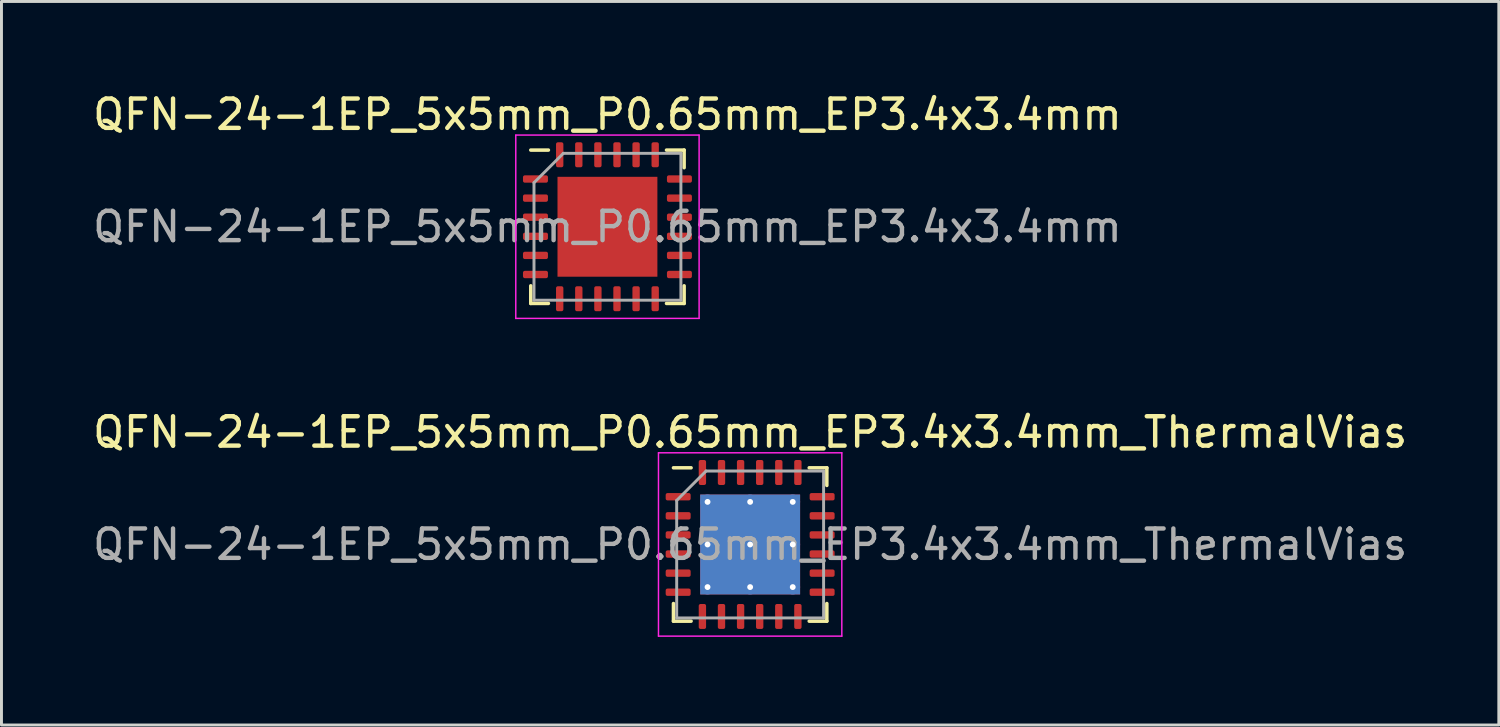
<source format=kicad_pcb>
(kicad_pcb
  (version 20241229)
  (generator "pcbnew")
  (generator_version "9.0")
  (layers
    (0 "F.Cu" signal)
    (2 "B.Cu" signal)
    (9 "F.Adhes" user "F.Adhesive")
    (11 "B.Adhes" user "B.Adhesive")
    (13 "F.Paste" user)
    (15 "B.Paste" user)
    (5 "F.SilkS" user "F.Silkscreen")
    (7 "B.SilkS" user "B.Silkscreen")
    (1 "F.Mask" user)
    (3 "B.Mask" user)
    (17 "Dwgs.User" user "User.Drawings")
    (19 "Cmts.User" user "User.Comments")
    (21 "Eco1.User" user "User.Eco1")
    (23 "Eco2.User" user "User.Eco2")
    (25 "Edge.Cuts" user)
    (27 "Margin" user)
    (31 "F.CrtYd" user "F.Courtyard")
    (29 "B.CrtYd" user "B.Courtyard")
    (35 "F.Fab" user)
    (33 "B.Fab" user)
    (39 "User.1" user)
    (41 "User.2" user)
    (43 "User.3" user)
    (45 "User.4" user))
  (footprint "QFN-24-1EP_5x5mm_P0.65mm_EP3.4x3.4mm_ThermalVias"
    (layer "F.Cu")
    (at 22.482 15.482)
    (property "Reference" "QFN-24-1EP_5x5mm_P0.65mm_EP3.4x3.4mm_ThermalVias" (at 0 -3.82 0) (layer "F.SilkS") (effects (font (size 1 1) (thickness 0.15))))
    (attr smd)
    (fp_line (start -2.61 2.61) (end -2.61 2.01) (stroke (width 0.12) (type solid)) (layer "F.SilkS"))
    (fp_line (start -2.01 -2.61) (end -2.61 -2.61) (stroke (width 0.12) (type solid)) (layer "F.SilkS"))
    (fp_line (start -2.01 2.61) (end -2.61 2.61) (stroke (width 0.12) (type solid)) (layer "F.SilkS"))
    (fp_line (start 2.01 -2.61) (end 2.61 -2.61) (stroke (width 0.12) (type solid)) (layer "F.SilkS"))
    (fp_line (start 2.01 2.61) (end 2.61 2.61) (stroke (width 0.12) (type solid)) (layer "F.SilkS"))
    (fp_line (start 2.61 -2.61) (end 2.61 -2.01) (stroke (width 0.12) (type solid)) (layer "F.SilkS"))
    (fp_line (start 2.61 2.61) (end 2.61 2.01) (stroke (width 0.12) (type solid)) (layer "F.SilkS"))
    (fp_line (start -3.12 -3.12) (end -3.12 3.12) (stroke (width 0.05) (type solid)) (layer "F.CrtYd"))
    (fp_line (start -3.12 3.12) (end 3.12 3.12) (stroke (width 0.05) (type solid)) (layer "F.CrtYd"))
    (fp_line (start 3.12 -3.12) (end -3.12 -3.12) (stroke (width 0.05) (type solid)) (layer "F.CrtYd"))
    (fp_line (start 3.12 3.12) (end 3.12 -3.12) (stroke (width 0.05) (type solid)) (layer "F.CrtYd"))
    (fp_line (start -2.5 -1.5) (end -1.5 -2.5) (stroke (width 0.1) (type solid)) (layer "F.Fab"))
    (fp_line (start -2.5 2.5) (end -2.5 -1.5) (stroke (width 0.1) (type solid)) (layer "F.Fab"))
    (fp_line (start -1.5 -2.5) (end 2.5 -2.5) (stroke (width 0.1) (type solid)) (layer "F.Fab"))
    (fp_line (start 2.5 -2.5) (end 2.5 2.5) (stroke (width 0.1) (type solid)) (layer "F.Fab"))
    (fp_line (start 2.5 2.5) (end -2.5 2.5) (stroke (width 0.1) (type solid)) (layer "F.Fab"))
    (fp_text user "${REFERENCE}" (at 0 0 0) (layer "F.Fab") (effects (font (size 1 1) (thickness 0.15))))
    (pad "" smd roundrect (at -0.85 -0.85) (size 1.47 1.47) (layers "F.Paste") (roundrect_rratio 0.17))
    (pad "" smd roundrect (at -0.85 0.85) (size 1.47 1.47) (layers "F.Paste") (roundrect_rratio 0.17))
    (pad "" smd roundrect (at 0.85 -0.85) (size 1.47 1.47) (layers "F.Paste") (roundrect_rratio 0.17))
    (pad "" smd roundrect (at 0.85 0.85) (size 1.47 1.47) (layers "F.Paste") (roundrect_rratio 0.17))
    (pad "1" smd roundrect (at -2.45 -1.625) (size 0.85 0.25) (layers "F.Cu" "F.Mask" "F.Paste") (roundrect_rratio 0.25))
    (pad "2" smd roundrect (at -2.45 -0.975) (size 0.85 0.25) (layers "F.Cu" "F.Mask" "F.Paste") (roundrect_rratio 0.25))
    (pad "3" smd roundrect (at -2.45 -0.325) (size 0.85 0.25) (layers "F.Cu" "F.Mask" "F.Paste") (roundrect_rratio 0.25))
    (pad "4" smd roundrect (at -2.45 0.325) (size 0.85 0.25) (layers "F.Cu" "F.Mask" "F.Paste") (roundrect_rratio 0.25))
    (pad "5" smd roundrect (at -2.45 0.975) (size 0.85 0.25) (layers "F.Cu" "F.Mask" "F.Paste") (roundrect_rratio 0.25))
    (pad "6" smd roundrect (at -2.45 1.625) (size 0.85 0.25) (layers "F.Cu" "F.Mask" "F.Paste") (roundrect_rratio 0.25))
    (pad "7" smd roundrect (at -1.625 2.45) (size 0.25 0.85) (layers "F.Cu" "F.Mask" "F.Paste") (roundrect_rratio 0.25))
    (pad "8" smd roundrect (at -0.975 2.45) (size 0.25 0.85) (layers "F.Cu" "F.Mask" "F.Paste") (roundrect_rratio 0.25))
    (pad "9" smd roundrect (at -0.325 2.45) (size 0.25 0.85) (layers "F.Cu" "F.Mask" "F.Paste") (roundrect_rratio 0.25))
    (pad "10" smd roundrect (at 0.325 2.45) (size 0.25 0.85) (layers "F.Cu" "F.Mask" "F.Paste") (roundrect_rratio 0.25))
    (pad "11" smd roundrect (at 0.975 2.45) (size 0.25 0.85) (layers "F.Cu" "F.Mask" "F.Paste") (roundrect_rratio 0.25))
    (pad "12" smd roundrect (at 1.625 2.45) (size 0.25 0.85) (layers "F.Cu" "F.Mask" "F.Paste") (roundrect_rratio 0.25))
    (pad "13" smd roundrect (at 2.45 1.625) (size 0.85 0.25) (layers "F.Cu" "F.Mask" "F.Paste") (roundrect_rratio 0.25))
    (pad "14" smd roundrect (at 2.45 0.975) (size 0.85 0.25) (layers "F.Cu" "F.Mask" "F.Paste") (roundrect_rratio 0.25))
    (pad "15" smd roundrect (at 2.45 0.325) (size 0.85 0.25) (layers "F.Cu" "F.Mask" "F.Paste") (roundrect_rratio 0.25))
    (pad "16" smd roundrect (at 2.45 -0.325) (size 0.85 0.25) (layers "F.Cu" "F.Mask" "F.Paste") (roundrect_rratio 0.25))
    (pad "17" smd roundrect (at 2.45 -0.975) (size 0.85 0.25) (layers "F.Cu" "F.Mask" "F.Paste") (roundrect_rratio 0.25))
    (pad "18" smd roundrect (at 2.45 -1.625) (size 0.85 0.25) (layers "F.Cu" "F.Mask" "F.Paste") (roundrect_rratio 0.25))
    (pad "19" smd roundrect (at 1.625 -2.45) (size 0.25 0.85) (layers "F.Cu" "F.Mask" "F.Paste") (roundrect_rratio 0.25))
    (pad "20" smd roundrect (at 0.975 -2.45) (size 0.25 0.85) (layers "F.Cu" "F.Mask" "F.Paste") (roundrect_rratio 0.25))
    (pad "21" smd roundrect (at 0.325 -2.45) (size 0.25 0.85) (layers "F.Cu" "F.Mask" "F.Paste") (roundrect_rratio 0.25))
    (pad "22" smd roundrect (at -0.325 -2.45) (size 0.25 0.85) (layers "F.Cu" "F.Mask" "F.Paste") (roundrect_rratio 0.25))
    (pad "23" smd roundrect (at -0.975 -2.45) (size 0.25 0.85) (layers "F.Cu" "F.Mask" "F.Paste") (roundrect_rratio 0.25))
    (pad "24" smd roundrect (at -1.625 -2.45) (size 0.25 0.85) (layers "F.Cu" "F.Mask" "F.Paste") (roundrect_rratio 0.25))
    (pad "25" thru_hole circle (at -1.45 -1.45) (size 0.5 0.5) (drill 0.2) (layers "*.Cu"))
    (pad "25" thru_hole circle (at -1.45 0) (size 0.5 0.5) (drill 0.2) (layers "*.Cu"))
    (pad "25" thru_hole circle (at -1.45 1.45) (size 0.5 0.5) (drill 0.2) (layers "*.Cu"))
    (pad "25" thru_hole circle (at 0 -1.45) (size 0.5 0.5) (drill 0.2) (layers "*.Cu"))
    (pad "25" thru_hole circle (at 0 0) (size 0.5 0.5) (drill 0.2) (layers "*.Cu"))
    (pad "25" smd rect (at 0 0) (size 3.4 3.4) (layers "F.Cu" "F.Mask"))
    (pad "25" smd rect (at 0 0) (size 3.4 3.4) (layers "B.Cu"))
    (pad "25" thru_hole circle (at 0 1.45) (size 0.5 0.5) (drill 0.2) (layers "*.Cu"))
    (pad "25" thru_hole circle (at 1.45 -1.45) (size 0.5 0.5) (drill 0.2) (layers "*.Cu"))
    (pad "25" thru_hole circle (at 1.45 0) (size 0.5 0.5) (drill 0.2) (layers "*.Cu"))
    (pad "25" thru_hole circle (at 1.45 1.45) (size 0.5 0.5) (drill 0.2) (layers "*.Cu")))
  (footprint "QFN-24-1EP_5x5mm_P0.65mm_EP3.4x3.4mm"
    (layer "F.Cu")
    (at 17.625 4.668)
    (property "Reference" "QFN-24-1EP_5x5mm_P0.65mm_EP3.4x3.4mm" (at 0 -3.82 0) (layer "F.SilkS") (effects (font (size 1 1) (thickness 0.15))))
    (attr smd)
    (fp_line (start -2.61 2.61) (end -2.61 2.01) (stroke (width 0.12) (type solid)) (layer "F.SilkS"))
    (fp_line (start -2.01 -2.61) (end -2.61 -2.61) (stroke (width 0.12) (type solid)) (layer "F.SilkS"))
    (fp_line (start -2.01 2.61) (end -2.61 2.61) (stroke (width 0.12) (type solid)) (layer "F.SilkS"))
    (fp_line (start 2.01 -2.61) (end 2.61 -2.61) (stroke (width 0.12) (type solid)) (layer "F.SilkS"))
    (fp_line (start 2.01 2.61) (end 2.61 2.61) (stroke (width 0.12) (type solid)) (layer "F.SilkS"))
    (fp_line (start 2.61 -2.61) (end 2.61 -2.01) (stroke (width 0.12) (type solid)) (layer "F.SilkS"))
    (fp_line (start 2.61 2.61) (end 2.61 2.01) (stroke (width 0.12) (type solid)) (layer "F.SilkS"))
    (fp_line (start -3.12 -3.12) (end -3.12 3.12) (stroke (width 0.05) (type solid)) (layer "F.CrtYd"))
    (fp_line (start -3.12 3.12) (end 3.12 3.12) (stroke (width 0.05) (type solid)) (layer "F.CrtYd"))
    (fp_line (start 3.12 -3.12) (end -3.12 -3.12) (stroke (width 0.05) (type solid)) (layer "F.CrtYd"))
    (fp_line (start 3.12 3.12) (end 3.12 -3.12) (stroke (width 0.05) (type solid)) (layer "F.CrtYd"))
    (fp_line (start -2.5 -1.5) (end -1.5 -2.5) (stroke (width 0.1) (type solid)) (layer "F.Fab"))
    (fp_line (start -2.5 2.5) (end -2.5 -1.5) (stroke (width 0.1) (type solid)) (layer "F.Fab"))
    (fp_line (start -1.5 -2.5) (end 2.5 -2.5) (stroke (width 0.1) (type solid)) (layer "F.Fab"))
    (fp_line (start 2.5 -2.5) (end 2.5 2.5) (stroke (width 0.1) (type solid)) (layer "F.Fab"))
    (fp_line (start 2.5 2.5) (end -2.5 2.5) (stroke (width 0.1) (type solid)) (layer "F.Fab"))
    (fp_text user "${REFERENCE}" (at 0 0 0) (layer "F.Fab") (effects (font (size 1 1) (thickness 0.15))))
    (pad "" smd roundrect (at -0.85 -0.85) (size 1.37 1.37) (layers "F.Paste") (roundrect_rratio 0.182))
    (pad "" smd roundrect (at -0.85 0.85) (size 1.37 1.37) (layers "F.Paste") (roundrect_rratio 0.182))
    (pad "" smd roundrect (at 0.85 -0.85) (size 1.37 1.37) (layers "F.Paste") (roundrect_rratio 0.182))
    (pad "" smd roundrect (at 0.85 0.85) (size 1.37 1.37) (layers "F.Paste") (roundrect_rratio 0.182))
    (pad "1" smd roundrect (at -2.45 -1.625) (size 0.85 0.25) (layers "F.Cu" "F.Mask" "F.Paste") (roundrect_rratio 0.25))
    (pad "2" smd roundrect (at -2.45 -0.975) (size 0.85 0.25) (layers "F.Cu" "F.Mask" "F.Paste") (roundrect_rratio 0.25))
    (pad "3" smd roundrect (at -2.45 -0.325) (size 0.85 0.25) (layers "F.Cu" "F.Mask" "F.Paste") (roundrect_rratio 0.25))
    (pad "4" smd roundrect (at -2.45 0.325) (size 0.85 0.25) (layers "F.Cu" "F.Mask" "F.Paste") (roundrect_rratio 0.25))
    (pad "5" smd roundrect (at -2.45 0.975) (size 0.85 0.25) (layers "F.Cu" "F.Mask" "F.Paste") (roundrect_rratio 0.25))
    (pad "6" smd roundrect (at -2.45 1.625) (size 0.85 0.25) (layers "F.Cu" "F.Mask" "F.Paste") (roundrect_rratio 0.25))
    (pad "7" smd roundrect (at -1.625 2.45) (size 0.25 0.85) (layers "F.Cu" "F.Mask" "F.Paste") (roundrect_rratio 0.25))
    (pad "8" smd roundrect (at -0.975 2.45) (size 0.25 0.85) (layers "F.Cu" "F.Mask" "F.Paste") (roundrect_rratio 0.25))
    (pad "9" smd roundrect (at -0.325 2.45) (size 0.25 0.85) (layers "F.Cu" "F.Mask" "F.Paste") (roundrect_rratio 0.25))
    (pad "10" smd roundrect (at 0.325 2.45) (size 0.25 0.85) (layers "F.Cu" "F.Mask" "F.Paste") (roundrect_rratio 0.25))
    (pad "11" smd roundrect (at 0.975 2.45) (size 0.25 0.85) (layers "F.Cu" "F.Mask" "F.Paste") (roundrect_rratio 0.25))
    (pad "12" smd roundrect (at 1.625 2.45) (size 0.25 0.85) (layers "F.Cu" "F.Mask" "F.Paste") (roundrect_rratio 0.25))
    (pad "13" smd roundrect (at 2.45 1.625) (size 0.85 0.25) (layers "F.Cu" "F.Mask" "F.Paste") (roundrect_rratio 0.25))
    (pad "14" smd roundrect (at 2.45 0.975) (size 0.85 0.25) (layers "F.Cu" "F.Mask" "F.Paste") (roundrect_rratio 0.25))
    (pad "15" smd roundrect (at 2.45 0.325) (size 0.85 0.25) (layers "F.Cu" "F.Mask" "F.Paste") (roundrect_rratio 0.25))
    (pad "16" smd roundrect (at 2.45 -0.325) (size 0.85 0.25) (layers "F.Cu" "F.Mask" "F.Paste") (roundrect_rratio 0.25))
    (pad "17" smd roundrect (at 2.45 -0.975) (size 0.85 0.25) (layers "F.Cu" "F.Mask" "F.Paste") (roundrect_rratio 0.25))
    (pad "18" smd roundrect (at 2.45 -1.625) (size 0.85 0.25) (layers "F.Cu" "F.Mask" "F.Paste") (roundrect_rratio 0.25))
    (pad "19" smd roundrect (at 1.625 -2.45) (size 0.25 0.85) (layers "F.Cu" "F.Mask" "F.Paste") (roundrect_rratio 0.25))
    (pad "20" smd roundrect (at 0.975 -2.45) (size 0.25 0.85) (layers "F.Cu" "F.Mask" "F.Paste") (roundrect_rratio 0.25))
    (pad "21" smd roundrect (at 0.325 -2.45) (size 0.25 0.85) (layers "F.Cu" "F.Mask" "F.Paste") (roundrect_rratio 0.25))
    (pad "22" smd roundrect (at -0.325 -2.45) (size 0.25 0.85) (layers "F.Cu" "F.Mask" "F.Paste") (roundrect_rratio 0.25))
    (pad "23" smd roundrect (at -0.975 -2.45) (size 0.25 0.85) (layers "F.Cu" "F.Mask" "F.Paste") (roundrect_rratio 0.25))
    (pad "24" smd roundrect (at -1.625 -2.45) (size 0.25 0.85) (layers "F.Cu" "F.Mask" "F.Paste") (roundrect_rratio 0.25))
    (pad "25" smd rect (at 0 0) (size 3.4 3.4) (layers "F.Cu" "F.Mask")))
  (gr_rect
    (start -3 -3)
    (end 47.964 21.627)
    (stroke (width 0.1) (type default))
    (fill no)
    (layer "Edge.Cuts")))
</source>
